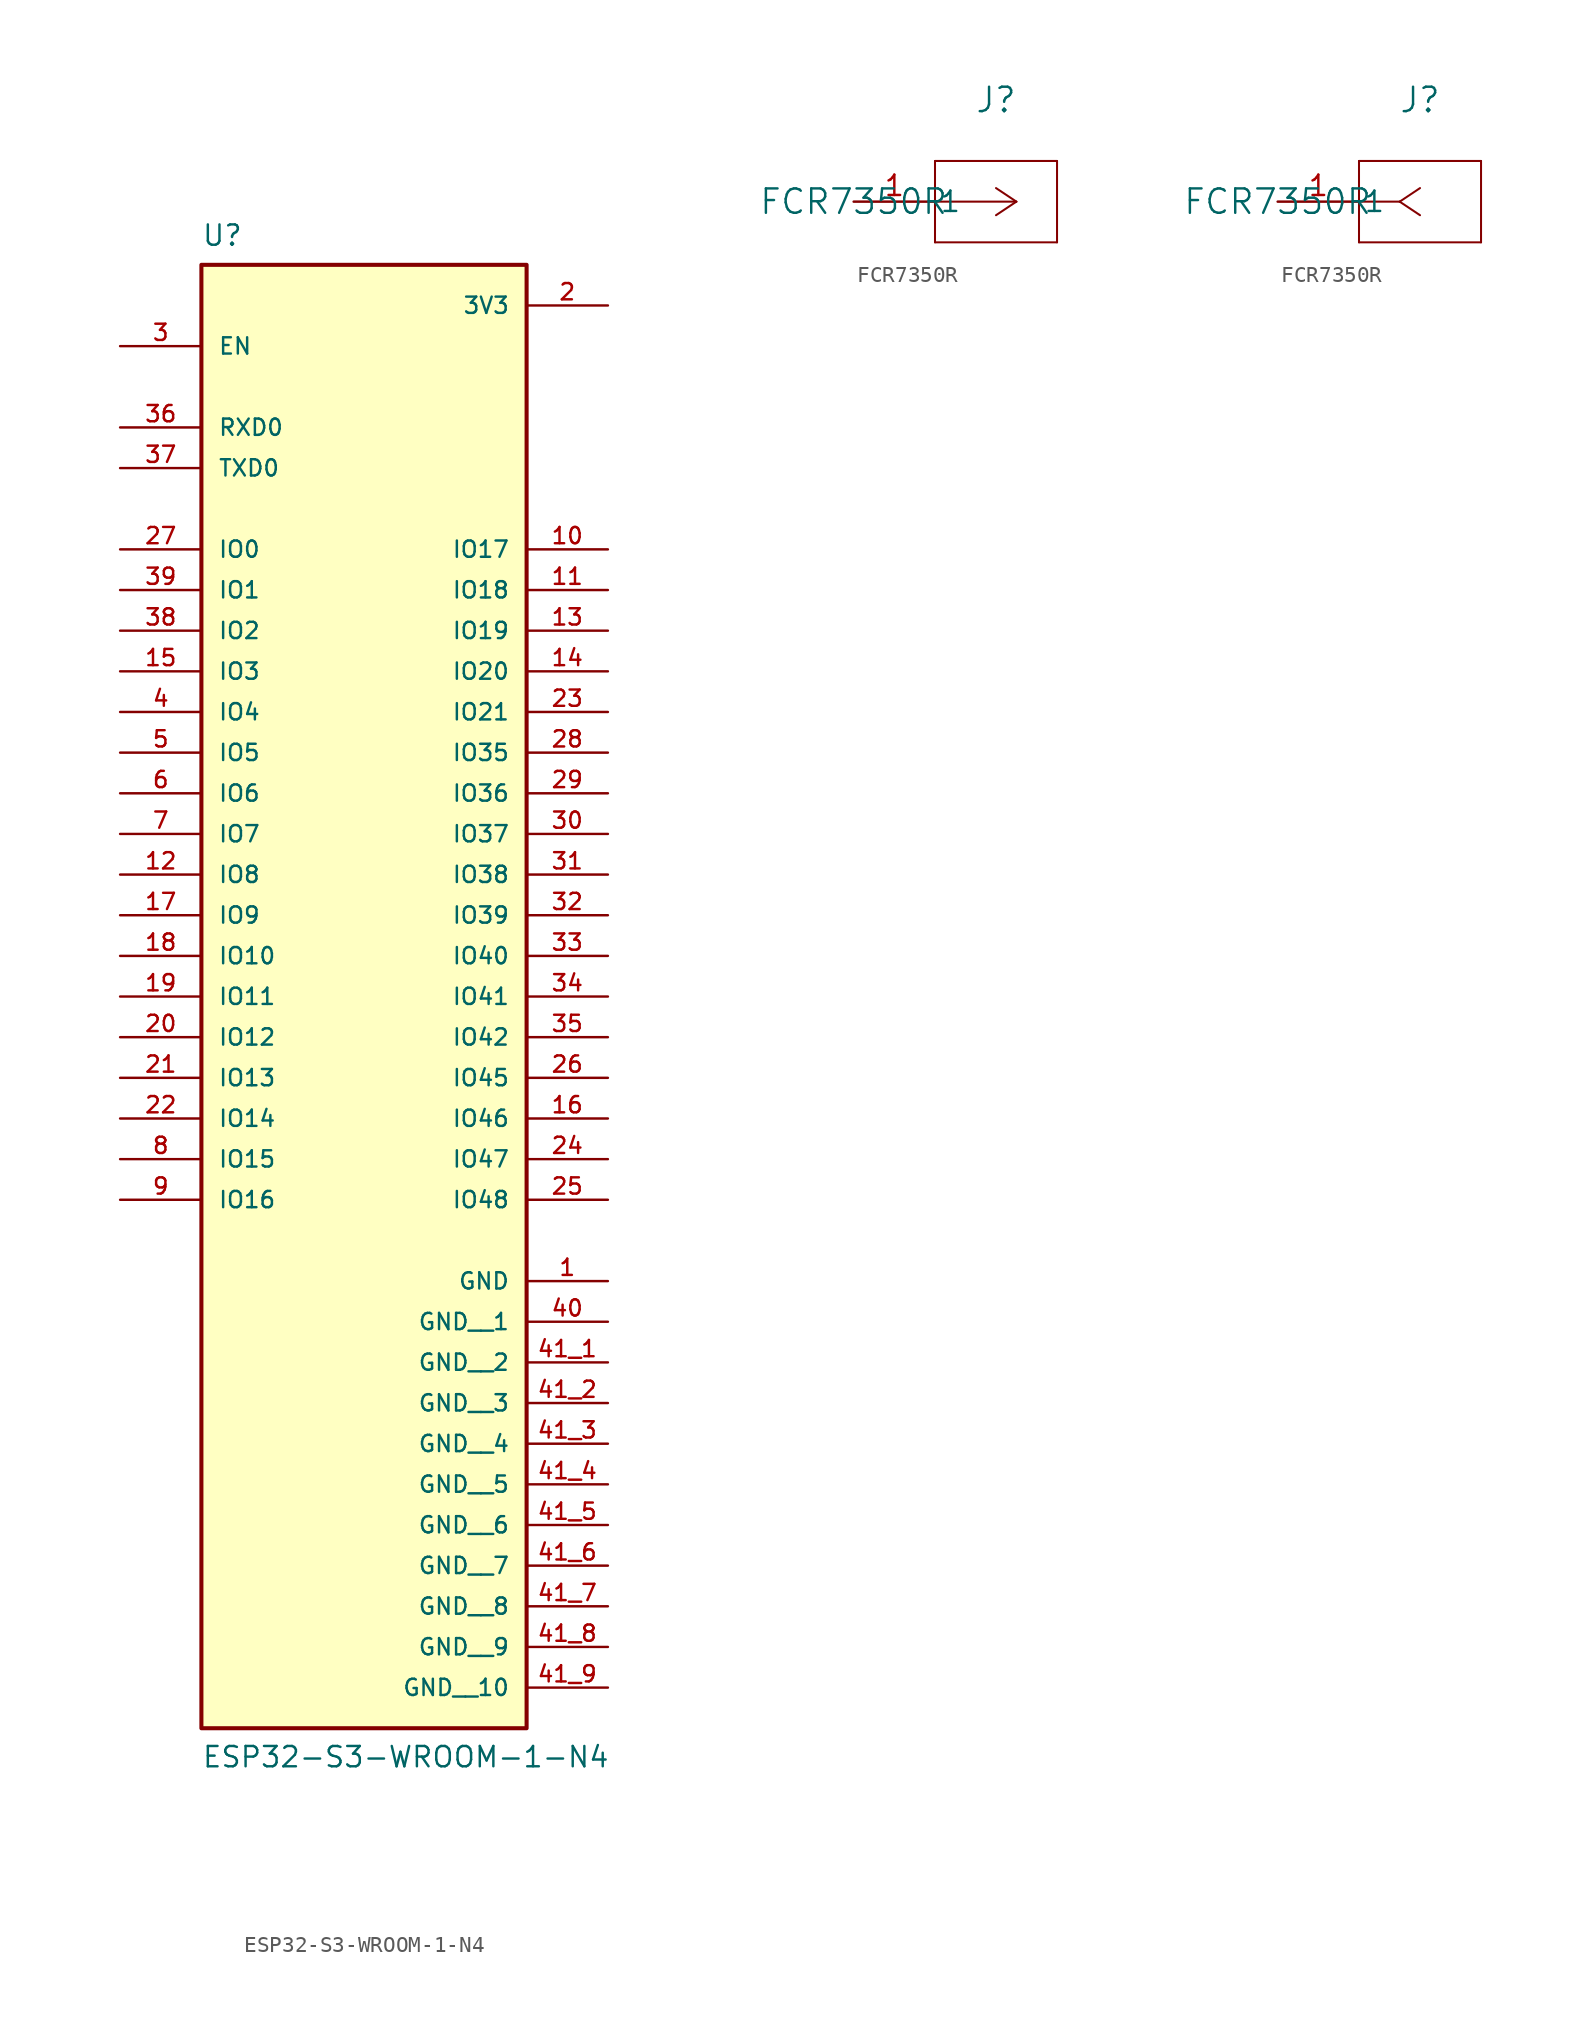
<source format=kicad_sym>
(kicad_symbol_lib
  (version 20220914)
  (generator kicad_symbol_editor)
  (symbol "ESP32-S3-WROOM-1-N4"
    (pin_names
      (offset 1.016))
    (property "Reference" "U"
      (at -10.16 34.112 0)
      (effects (font (size 1.27 1.27)) (justify left bottom)))
    (property "Value" "ESP32-S3-WROOM-1-N4"
      (at -10.16 -60.96 0)
      (effects (font (size 1.27 1.27)) (justify left bottom)))
    (symbol "ESP32-S3-WROOM-1-N4_0_0"
      (rectangle (start -10.16 -58.42) (end 10.16 33.02) (stroke (width 0.254) (type default)) (fill (type background)))
      (pin power_in line (at 15.24 -30.48 180) (length 5.08) (name "GND" (effects (font (size 1.016 1.016)))) (number "1" (effects (font (size 1.016 1.016)))))
      (pin bidirectional line (at 15.24 15.24 180) (length 5.08) (name "IO17" (effects (font (size 1.016 1.016)))) (number "10" (effects (font (size 1.016 1.016)))))
      (pin bidirectional line (at 15.24 12.7 180) (length 5.08) (name "IO18" (effects (font (size 1.016 1.016)))) (number "11" (effects (font (size 1.016 1.016)))))
      (pin bidirectional line (at -15.24 -5.08 0) (length 5.08) (name "IO8" (effects (font (size 1.016 1.016)))) (number "12" (effects (font (size 1.016 1.016)))))
      (pin bidirectional line (at 15.24 10.16 180) (length 5.08) (name "IO19" (effects (font (size 1.016 1.016)))) (number "13" (effects (font (size 1.016 1.016)))))
      (pin bidirectional line (at 15.24 7.62 180) (length 5.08) (name "IO20" (effects (font (size 1.016 1.016)))) (number "14" (effects (font (size 1.016 1.016)))))
      (pin bidirectional line (at -15.24 7.62 0) (length 5.08) (name "IO3" (effects (font (size 1.016 1.016)))) (number "15" (effects (font (size 1.016 1.016)))))
      (pin bidirectional line (at 15.24 -20.32 180) (length 5.08) (name "IO46" (effects (font (size 1.016 1.016)))) (number "16" (effects (font (size 1.016 1.016)))))
      (pin bidirectional line (at -15.24 -7.62 0) (length 5.08) (name "IO9" (effects (font (size 1.016 1.016)))) (number "17" (effects (font (size 1.016 1.016)))))
      (pin bidirectional line (at -15.24 -10.16 0) (length 5.08) (name "IO10" (effects (font (size 1.016 1.016)))) (number "18" (effects (font (size 1.016 1.016)))))
      (pin bidirectional line (at -15.24 -12.7 0) (length 5.08) (name "IO11" (effects (font (size 1.016 1.016)))) (number "19" (effects (font (size 1.016 1.016)))))
      (pin power_in line (at 15.24 30.48 180) (length 5.08) (name "3V3" (effects (font (size 1.016 1.016)))) (number "2" (effects (font (size 1.016 1.016)))))
      (pin bidirectional line (at -15.24 -15.24 0) (length 5.08) (name "IO12" (effects (font (size 1.016 1.016)))) (number "20" (effects (font (size 1.016 1.016)))))
      (pin bidirectional line (at -15.24 -17.78 0) (length 5.08) (name "IO13" (effects (font (size 1.016 1.016)))) (number "21" (effects (font (size 1.016 1.016)))))
      (pin bidirectional line (at -15.24 -20.32 0) (length 5.08) (name "IO14" (effects (font (size 1.016 1.016)))) (number "22" (effects (font (size 1.016 1.016)))))
      (pin bidirectional line (at 15.24 5.08 180) (length 5.08) (name "IO21" (effects (font (size 1.016 1.016)))) (number "23" (effects (font (size 1.016 1.016)))))
      (pin bidirectional line (at 15.24 -22.86 180) (length 5.08) (name "IO47" (effects (font (size 1.016 1.016)))) (number "24" (effects (font (size 1.016 1.016)))))
      (pin bidirectional line (at 15.24 -25.4 180) (length 5.08) (name "IO48" (effects (font (size 1.016 1.016)))) (number "25" (effects (font (size 1.016 1.016)))))
      (pin bidirectional line (at 15.24 -17.78 180) (length 5.08) (name "IO45" (effects (font (size 1.016 1.016)))) (number "26" (effects (font (size 1.016 1.016)))))
      (pin bidirectional line (at -15.24 15.24 0) (length 5.08) (name "IO0" (effects (font (size 1.016 1.016)))) (number "27" (effects (font (size 1.016 1.016)))))
      (pin bidirectional line (at 15.24 2.54 180) (length 5.08) (name "IO35" (effects (font (size 1.016 1.016)))) (number "28" (effects (font (size 1.016 1.016)))))
      (pin bidirectional line (at 15.24 0 180) (length 5.08) (name "IO36" (effects (font (size 1.016 1.016)))) (number "29" (effects (font (size 1.016 1.016)))))
      (pin input line (at -15.24 27.94 0) (length 5.08) (name "EN" (effects (font (size 1.016 1.016)))) (number "3" (effects (font (size 1.016 1.016)))))
      (pin bidirectional line (at 15.24 -2.54 180) (length 5.08) (name "IO37" (effects (font (size 1.016 1.016)))) (number "30" (effects (font (size 1.016 1.016)))))
      (pin bidirectional line (at 15.24 -5.08 180) (length 5.08) (name "IO38" (effects (font (size 1.016 1.016)))) (number "31" (effects (font (size 1.016 1.016)))))
      (pin bidirectional line (at 15.24 -7.62 180) (length 5.08) (name "IO39" (effects (font (size 1.016 1.016)))) (number "32" (effects (font (size 1.016 1.016)))))
      (pin bidirectional line (at 15.24 -10.16 180) (length 5.08) (name "IO40" (effects (font (size 1.016 1.016)))) (number "33" (effects (font (size 1.016 1.016)))))
      (pin bidirectional line (at 15.24 -12.7 180) (length 5.08) (name "IO41" (effects (font (size 1.016 1.016)))) (number "34" (effects (font (size 1.016 1.016)))))
      (pin bidirectional line (at 15.24 -15.24 180) (length 5.08) (name "IO42" (effects (font (size 1.016 1.016)))) (number "35" (effects (font (size 1.016 1.016)))))
      (pin bidirectional line (at -15.24 22.86 0) (length 5.08) (name "RXD0" (effects (font (size 1.016 1.016)))) (number "36" (effects (font (size 1.016 1.016)))))
      (pin bidirectional line (at -15.24 20.32 0) (length 5.08) (name "TXD0" (effects (font (size 1.016 1.016)))) (number "37" (effects (font (size 1.016 1.016)))))
      (pin bidirectional line (at -15.24 10.16 0) (length 5.08) (name "IO2" (effects (font (size 1.016 1.016)))) (number "38" (effects (font (size 1.016 1.016)))))
      (pin bidirectional line (at -15.24 12.7 0) (length 5.08) (name "IO1" (effects (font (size 1.016 1.016)))) (number "39" (effects (font (size 1.016 1.016)))))
      (pin bidirectional line (at -15.24 5.08 0) (length 5.08) (name "IO4" (effects (font (size 1.016 1.016)))) (number "4" (effects (font (size 1.016 1.016)))))
      (pin power_in line (at 15.24 -33.02 180) (length 5.08) (name "GND__1" (effects (font (size 1.016 1.016)))) (number "40" (effects (font (size 1.016 1.016)))))
      (pin power_in line (at 15.24 -35.56 180) (length 5.08) (name "GND__2" (effects (font (size 1.016 1.016)))) (number "41_1" (effects (font (size 1.016 1.016)))))
      (pin power_in line (at 15.24 -38.1 180) (length 5.08) (name "GND__3" (effects (font (size 1.016 1.016)))) (number "41_2" (effects (font (size 1.016 1.016)))))
      (pin power_in line (at 15.24 -40.64 180) (length 5.08) (name "GND__4" (effects (font (size 1.016 1.016)))) (number "41_3" (effects (font (size 1.016 1.016)))))
      (pin power_in line (at 15.24 -43.18 180) (length 5.08) (name "GND__5" (effects (font (size 1.016 1.016)))) (number "41_4" (effects (font (size 1.016 1.016)))))
      (pin power_in line (at 15.24 -45.72 180) (length 5.08) (name "GND__6" (effects (font (size 1.016 1.016)))) (number "41_5" (effects (font (size 1.016 1.016)))))
      (pin power_in line (at 15.24 -48.26 180) (length 5.08) (name "GND__7" (effects (font (size 1.016 1.016)))) (number "41_6" (effects (font (size 1.016 1.016)))))
      (pin power_in line (at 15.24 -50.8 180) (length 5.08) (name "GND__8" (effects (font (size 1.016 1.016)))) (number "41_7" (effects (font (size 1.016 1.016)))))
      (pin power_in line (at 15.24 -53.34 180) (length 5.08) (name "GND__9" (effects (font (size 1.016 1.016)))) (number "41_8" (effects (font (size 1.016 1.016)))))
      (pin power_in line (at 15.24 -55.88 180) (length 5.08) (name "GND__10" (effects (font (size 1.016 1.016)))) (number "41_9" (effects (font (size 1.016 1.016)))))
      (pin bidirectional line (at -15.24 2.54 0) (length 5.08) (name "IO5" (effects (font (size 1.016 1.016)))) (number "5" (effects (font (size 1.016 1.016)))))
      (pin bidirectional line (at -15.24 0 0) (length 5.08) (name "IO6" (effects (font (size 1.016 1.016)))) (number "6" (effects (font (size 1.016 1.016)))))
      (pin bidirectional line (at -15.24 -2.54 0) (length 5.08) (name "IO7" (effects (font (size 1.016 1.016)))) (number "7" (effects (font (size 1.016 1.016)))))
      (pin bidirectional line (at -15.24 -22.86 0) (length 5.08) (name "IO15" (effects (font (size 1.016 1.016)))) (number "8" (effects (font (size 1.016 1.016)))))
      (pin bidirectional line (at -15.24 -25.4 0) (length 5.08) (name "IO16" (effects (font (size 1.016 1.016)))) (number "9" (effects (font (size 1.016 1.016)))))))
  (symbol "FCR7350R"
    (pin_names
      (offset 0.254))
    (property "Reference" "J"
      (at 8.89 6.35 0)
      (effects (font (size 1.524 1.524))))
    (property "Value" "FCR7350R"
      (at 0 0 0)
      (effects (font (size 1.524 1.524))))
    (property "ki_locked" ""
      (at 0 0 0)
      (effects (font (size 1.27 1.27))))
    (symbol "FCR7350R_1_1"
      (polyline (pts (xy 5.08 -2.54) (xy 12.7 -2.54)) (stroke (width 0.127) (type default)) (fill (type none)))
      (polyline (pts (xy 5.08 2.54) (xy 5.08 -2.54)) (stroke (width 0.127) (type default)) (fill (type none)))
      (polyline (pts (xy 10.16 0) (xy 5.08 0)) (stroke (width 0.127) (type default)) (fill (type none)))
      (polyline (pts (xy 10.16 0) (xy 8.89 -0.847)) (stroke (width 0.127) (type default)) (fill (type none)))
      (polyline (pts (xy 10.16 0) (xy 8.89 0.847)) (stroke (width 0.127) (type default)) (fill (type none)))
      (polyline (pts (xy 12.7 -2.54) (xy 12.7 2.54)) (stroke (width 0.127) (type default)) (fill (type none)))
      (polyline (pts (xy 12.7 2.54) (xy 5.08 2.54)) (stroke (width 0.127) (type default)) (fill (type none)))
      (pin unspecified line (at 0 0 0) (length 5.08) (name "1" (effects (font (size 1.27 1.27)))) (number "1" (effects (font (size 1.27 1.27))))))
    (symbol "FCR7350R_1_2"
      (polyline (pts (xy 5.08 -2.54) (xy 12.7 -2.54)) (stroke (width 0.127) (type default)) (fill (type none)))
      (polyline (pts (xy 5.08 2.54) (xy 5.08 -2.54)) (stroke (width 0.127) (type default)) (fill (type none)))
      (polyline (pts (xy 7.62 0) (xy 5.08 0)) (stroke (width 0.127) (type default)) (fill (type none)))
      (polyline (pts (xy 7.62 0) (xy 8.89 -0.847)) (stroke (width 0.127) (type default)) (fill (type none)))
      (polyline (pts (xy 7.62 0) (xy 8.89 0.847)) (stroke (width 0.127) (type default)) (fill (type none)))
      (polyline (pts (xy 12.7 -2.54) (xy 12.7 2.54)) (stroke (width 0.127) (type default)) (fill (type none)))
      (polyline (pts (xy 12.7 2.54) (xy 5.08 2.54)) (stroke (width 0.127) (type default)) (fill (type none)))
      (pin unspecified line (at 0 0 0) (length 5.08) (name "1" (effects (font (size 1.27 1.27)))) (number "1" (effects (font (size 1.27 1.27))))))))
</source>
